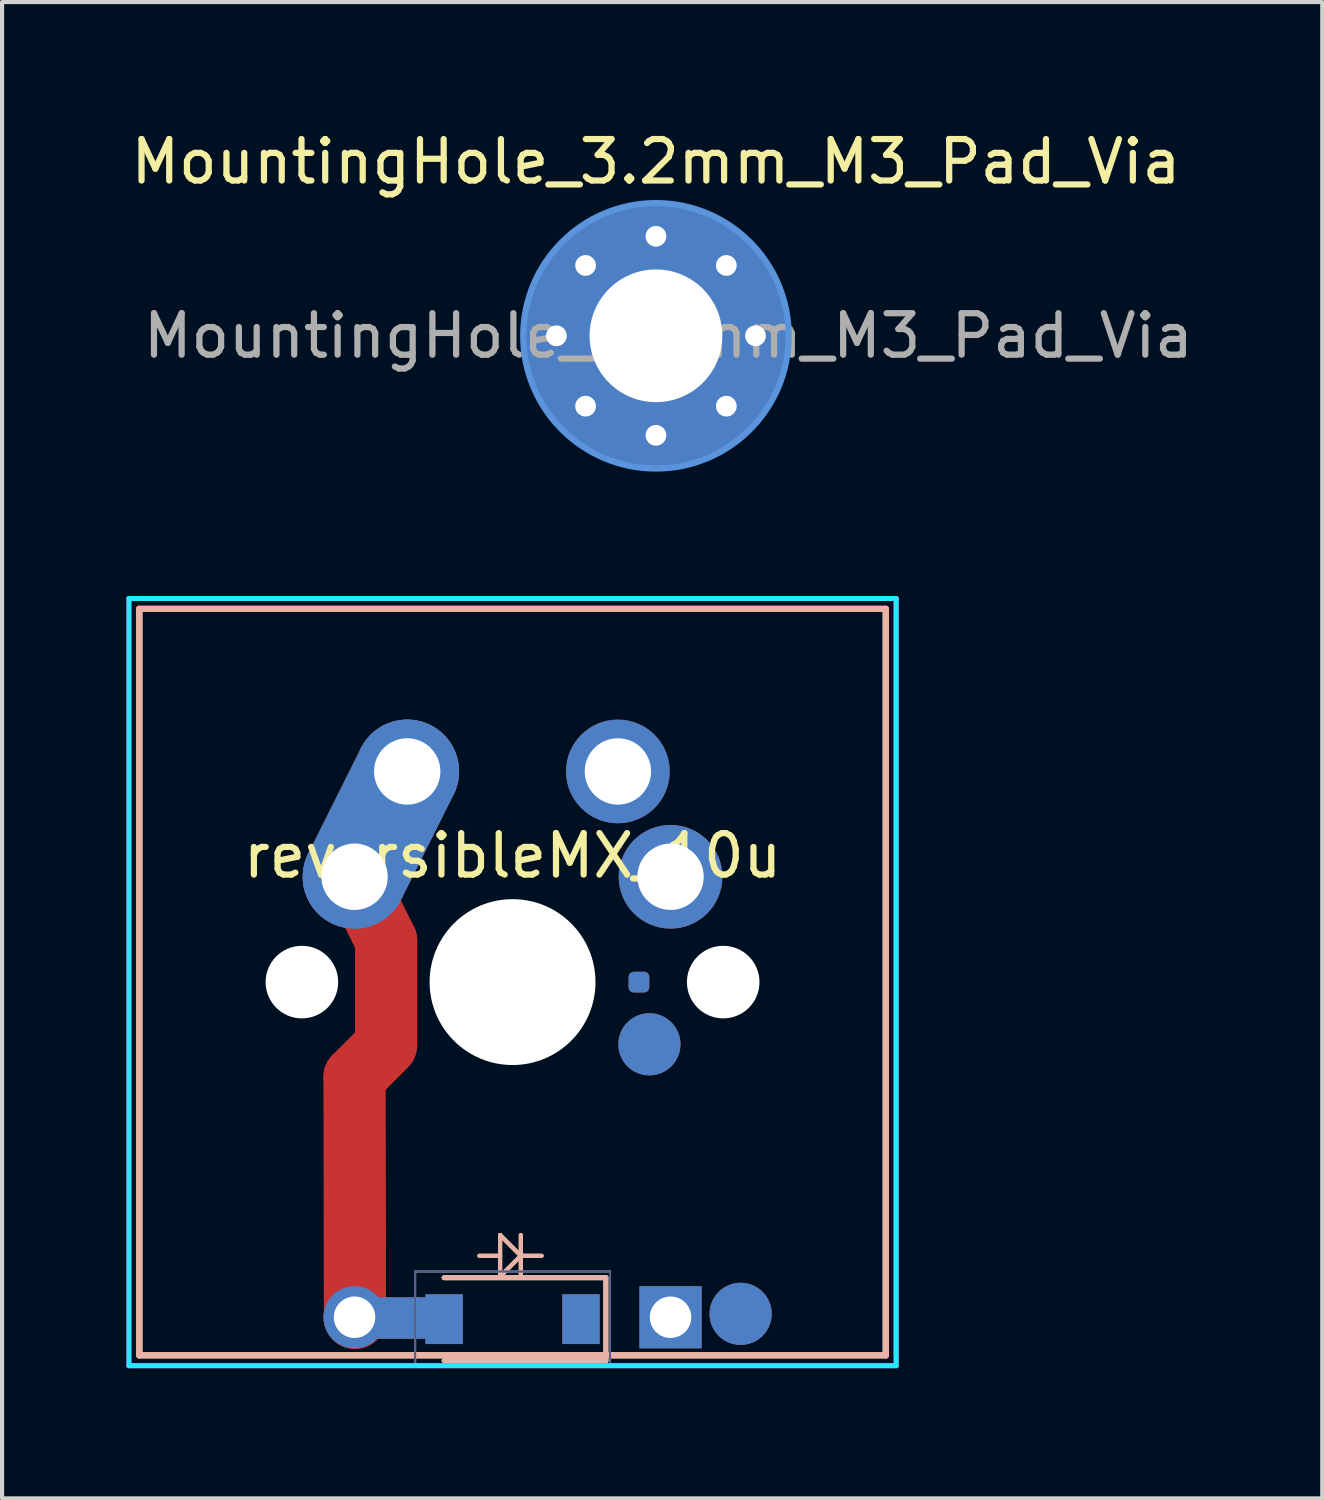
<source format=kicad_pcb>
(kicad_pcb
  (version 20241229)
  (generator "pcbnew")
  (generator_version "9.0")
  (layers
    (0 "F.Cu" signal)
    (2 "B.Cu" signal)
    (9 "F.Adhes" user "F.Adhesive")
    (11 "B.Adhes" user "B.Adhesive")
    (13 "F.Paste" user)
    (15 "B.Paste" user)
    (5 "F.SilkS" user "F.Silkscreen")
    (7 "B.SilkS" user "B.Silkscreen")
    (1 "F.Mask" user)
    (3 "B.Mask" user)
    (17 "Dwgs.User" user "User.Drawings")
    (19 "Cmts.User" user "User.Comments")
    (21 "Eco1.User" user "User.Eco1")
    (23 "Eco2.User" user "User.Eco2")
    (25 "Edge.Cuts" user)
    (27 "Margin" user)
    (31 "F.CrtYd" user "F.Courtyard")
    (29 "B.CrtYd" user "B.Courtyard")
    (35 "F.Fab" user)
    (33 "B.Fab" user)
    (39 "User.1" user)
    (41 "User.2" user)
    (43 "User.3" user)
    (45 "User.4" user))
  (footprint "MountingHole_3.2mm_M3_Pad_Via"
    (layer "F.Cu")
    (at 12.768 5.048)
    (property "Reference" "MountingHole_3.2mm_M3_Pad_Via" (at 0 -4.2 0) (layer "F.SilkS") (effects (font (size 1 1) (thickness 0.15))))
    (attr exclude_from_pos_files exclude_from_bom)
    (fp_circle (center 0 0) (end 3.2 0) (stroke (width 0.15) (type solid)) (fill no) (layer "Cmts.User"))
    (fp_circle (center 0 0) (end 1.55 0) (stroke (width 0.3) (type solid)) (fill no) (layer "Eco2.User"))
    (fp_text user "${REFERENCE}" (at 0.3 0 0) (layer "F.Fab") (effects (font (size 1 1) (thickness 0.15))))
    (pad "1" thru_hole circle (at -2.4 0) (size 0.8 0.8) (drill 0.5) (layers "*.Cu" "*.Mask"))
    (pad "1" thru_hole circle (at -1.697 -1.697) (size 0.8 0.8) (drill 0.5) (layers "*.Cu" "*.Mask"))
    (pad "1" thru_hole circle (at -1.697 1.697) (size 0.8 0.8) (drill 0.5) (layers "*.Cu" "*.Mask"))
    (pad "1" thru_hole circle (at 0 -2.4) (size 0.8 0.8) (drill 0.5) (layers "*.Cu" "*.Mask"))
    (pad "1" thru_hole circle (at 0 0) (size 6.4 6.4) (drill 3.2) (layers "*.Cu" "*.Mask"))
    (pad "1" thru_hole circle (at 0 2.4) (size 0.8 0.8) (drill 0.5) (layers "*.Cu" "*.Mask"))
    (pad "1" thru_hole circle (at 1.697 -1.697) (size 0.8 0.8) (drill 0.5) (layers "*.Cu" "*.Mask"))
    (pad "1" thru_hole circle (at 1.697 1.697) (size 0.8 0.8) (drill 0.5) (layers "*.Cu" "*.Mask"))
    (pad "1" thru_hole circle (at 2.4 0) (size 0.8 0.8) (drill 0.5) (layers "*.Cu" "*.Mask")))
  (footprint "reversibleMX_10u"
    (layer "F.Cu")
    (at 9.31 20.633)
    (property "Reference" "reversibleMX_10u" (at 0 -3.048 0) (layer "F.SilkS") (effects (font (size 1 1) (thickness 0.15))))
    (attr through_hole)
    (fp_line (start -3.81 -2.54) (end -3.048 -1) (stroke (width 1.5) (type solid)) (layer "F.Cu"))
    (fp_line (start -3.8 8.1) (end -3.81 2.286) (stroke (width 1.5) (type solid)) (layer "F.Cu"))
    (fp_line (start -3.8 8.1) (end -1.778 8.1) (stroke (width 1) (type solid)) (layer "F.Cu"))
    (fp_line (start -3.175 1.651) (end -3.81 2.286) (stroke (width 1.5) (type solid)) (layer "F.Cu"))
    (fp_line (start -3.048 -1) (end -3.048 1.524) (stroke (width 1.5) (type solid)) (layer "F.Cu"))
    (fp_line (start -2.54 -5.08) (end -3.81 -2.54) (stroke (width 2.5) (type solid)) (layer "F.Cu"))
    (fp_line (start -3.8 8.1) (end -1.778 8.1) (stroke (width 1) (type solid)) (layer "B.Cu"))
    (fp_line (start -2.54 -5.08) (end -3.81 -2.54) (stroke (width 2.5) (type solid)) (layer "B.Cu"))
    (fp_line (start -9 -9) (end 9 -9) (stroke (width 0.15) (type solid)) (layer "F.SilkS"))
    (fp_line (start -9 9) (end -9 -9) (stroke (width 0.15) (type solid)) (layer "F.SilkS"))
    (fp_line (start -0.3 6.1) (end 0.2 6.6) (stroke (width 0.1) (type solid)) (layer "F.SilkS"))
    (fp_line (start -0.3 6.6) (end -0.8 6.6) (stroke (width 0.1) (type solid)) (layer "F.SilkS"))
    (fp_line (start -0.3 7.1) (end -0.3 6.1) (stroke (width 0.1) (type solid)) (layer "F.SilkS"))
    (fp_line (start 0.2 6.1) (end 0.2 7.1) (stroke (width 0.1) (type solid)) (layer "F.SilkS"))
    (fp_line (start 0.2 6.6) (end -0.3 7.1) (stroke (width 0.1) (type solid)) (layer "F.SilkS"))
    (fp_line (start 0.2 6.6) (end 0.7 6.6) (stroke (width 0.1) (type solid)) (layer "F.SilkS"))
    (fp_line (start 2.25 7.128) (end -1.65 7.128) (stroke (width 0.12) (type solid)) (layer "F.SilkS"))
    (fp_line (start 2.25 9.128) (end -1.65 9.128) (stroke (width 0.12) (type solid)) (layer "F.SilkS"))
    (fp_line (start 2.25 9.128) (end 2.25 7.128) (stroke (width 0.12) (type solid)) (layer "F.SilkS"))
    (fp_line (start 9 -9) (end 9 9) (stroke (width 0.15) (type solid)) (layer "F.SilkS"))
    (fp_line (start 9 9) (end -9 9) (stroke (width 0.15) (type solid)) (layer "F.SilkS"))
    (fp_line (start -9 -9) (end 9 -9) (stroke (width 0.15) (type solid)) (layer "B.SilkS"))
    (fp_line (start -9 9) (end -9 -9) (stroke (width 0.15) (type solid)) (layer "B.SilkS"))
    (fp_line (start -0.3 6.1) (end 0.2 6.6) (stroke (width 0.1) (type solid)) (layer "B.SilkS"))
    (fp_line (start -0.3 6.6) (end -0.8 6.6) (stroke (width 0.1) (type solid)) (layer "B.SilkS"))
    (fp_line (start -0.3 7.1) (end -0.3 6.1) (stroke (width 0.1) (type solid)) (layer "B.SilkS"))
    (fp_line (start 0.2 6.1) (end 0.2 7.1) (stroke (width 0.1) (type solid)) (layer "B.SilkS"))
    (fp_line (start 0.2 6.6) (end -0.3 7.1) (stroke (width 0.1) (type solid)) (layer "B.SilkS"))
    (fp_line (start 0.2 6.6) (end 0.7 6.6) (stroke (width 0.1) (type solid)) (layer "B.SilkS"))
    (fp_line (start 2.25 7.128) (end -1.65 7.128) (stroke (width 0.12) (type solid)) (layer "B.SilkS"))
    (fp_line (start 2.25 9.128) (end -1.65 9.128) (stroke (width 0.12) (type solid)) (layer "B.SilkS"))
    (fp_line (start 2.25 9.128) (end 2.25 7.128) (stroke (width 0.12) (type solid)) (layer "B.SilkS"))
    (fp_line (start 9 -9) (end 9 9) (stroke (width 0.15) (type solid)) (layer "B.SilkS"))
    (fp_line (start 9 9) (end -9 9) (stroke (width 0.15) (type solid)) (layer "B.SilkS"))
    (fp_line (start -8 -6) (end -8 -3) (stroke (width 0.15) (type solid)) (layer "Eco1.User"))
    (fp_line (start -8 -6) (end -7 -6) (stroke (width 0.15) (type solid)) (layer "Eco1.User"))
    (fp_line (start -8 -3) (end -7 -3) (stroke (width 0.15) (type solid)) (layer "Eco1.User"))
    (fp_line (start -8 3) (end -7 3) (stroke (width 0.15) (type solid)) (layer "Eco1.User"))
    (fp_line (start -8 6) (end -8 3) (stroke (width 0.15) (type solid)) (layer "Eco1.User"))
    (fp_line (start -8 6) (end -7 6) (stroke (width 0.15) (type solid)) (layer "Eco1.User"))
    (fp_line (start -7 -7) (end -7 -6) (stroke (width 0.15) (type solid)) (layer "Eco1.User"))
    (fp_line (start -7 -7) (end 7 -7) (stroke (width 0.15) (type solid)) (layer "Eco1.User"))
    (fp_line (start -7 -3) (end -7 3) (stroke (width 0.15) (type solid)) (layer "Eco1.User"))
    (fp_line (start -7 7) (end -7 6) (stroke (width 0.15) (type solid)) (layer "Eco1.User"))
    (fp_line (start 7 -7) (end 7 -6) (stroke (width 0.15) (type solid)) (layer "Eco1.User"))
    (fp_line (start 7 -6) (end 8 -6) (stroke (width 0.15) (type solid)) (layer "Eco1.User"))
    (fp_line (start 7 -3) (end 7 3) (stroke (width 0.15) (type solid)) (layer "Eco1.User"))
    (fp_line (start 7 -3) (end 8 -3) (stroke (width 0.15) (type solid)) (layer "Eco1.User"))
    (fp_line (start 7 3) (end 8 3) (stroke (width 0.15) (type solid)) (layer "Eco1.User"))
    (fp_line (start 7 6) (end 8 6) (stroke (width 0.15) (type solid)) (layer "Eco1.User"))
    (fp_line (start 7 7) (end -7 7) (stroke (width 0.15) (type solid)) (layer "Eco1.User"))
    (fp_line (start 7 7) (end 7 6) (stroke (width 0.15) (type solid)) (layer "Eco1.User"))
    (fp_line (start 8 -6) (end 8 -3) (stroke (width 0.15) (type solid)) (layer "Eco1.User"))
    (fp_line (start 8 6) (end 8 3) (stroke (width 0.15) (type solid)) (layer "Eco1.User"))
    (fp_line (start -6.879 -0.121) (end -6.879 -1) (stroke (width 0.3) (type solid)) (layer "Eco2.User"))
    (fp_line (start -5.121 4.121) (end -5.121 8.3) (stroke (width 0.3) (type solid)) (layer "Eco2.User"))
    (fp_line (start -4.121 9.3) (end 4.121 9.3) (stroke (width 0.3) (type solid)) (layer "Eco2.User"))
    (fp_line (start 0.879 -7) (end -0.879 -7) (stroke (width 0.3) (type solid)) (layer "Eco2.User"))
    (fp_line (start 5.121 8.3) (end 5.121 4.121) (stroke (width 0.3) (type solid)) (layer "Eco2.User"))
    (fp_line (start 6.879 -1) (end 6.879 -0.121) (stroke (width 0.3) (type solid)) (layer "Eco2.User"))
    (fp_arc (start -6.87868 -1) (mid -5.121321 -5.242641) (end -0.87868 -7) (stroke (width 0.3) (type solid)) (layer "Eco2.User"))
    (fp_arc (start -6 2) (mid -6.650318 1.02673) (end -6.87868 -0.12132) (stroke (width 0.3) (type solid)) (layer "Eco2.User"))
    (fp_arc (start -6 2) (mid -5.349682 2.97327) (end -5.12132 4.12132) (stroke (width 0.3) (type solid)) (layer "Eco2.User"))
    (fp_arc (start -4.12132 9.3) (mid -4.828427 9.007107) (end -5.12132 8.3) (stroke (width 0.3) (type solid)) (layer "Eco2.User"))
    (fp_arc (start 0.87868 -7) (mid 5.121321 -5.242641) (end 6.87868 -1) (stroke (width 0.3) (type solid)) (layer "Eco2.User"))
    (fp_arc (start 5.12132 4.12132) (mid 5.349681 2.97327) (end 6 2) (stroke (width 0.3) (type solid)) (layer "Eco2.User"))
    (fp_arc (start 5.12132 8.3) (mid 4.828427 9.007107) (end 4.12132 9.3) (stroke (width 0.3) (type solid)) (layer "Eco2.User"))
    (fp_arc (start 6.87868 -0.12132) (mid 6.650319 1.02673) (end 6 2) (stroke (width 0.3) (type solid)) (layer "Eco2.User"))
    (fp_line (start -9.25 -9.25) (end -9.25 9.25) (stroke (width 0.12) (type solid)) (layer "B.CrtYd"))
    (fp_line (start -9.25 9.25) (end 9.25 9.25) (stroke (width 0.12) (type solid)) (layer "B.CrtYd"))
    (fp_line (start 9.25 -9.25) (end -9.25 -9.25) (stroke (width 0.12) (type solid)) (layer "B.CrtYd"))
    (fp_line (start 9.25 9.25) (end 9.25 -9.25) (stroke (width 0.12) (type solid)) (layer "B.CrtYd"))
    (fp_line (start -9.25 -9.25) (end -9.25 9.25) (stroke (width 0.12) (type solid)) (layer "F.CrtYd"))
    (fp_line (start -9.25 9.25) (end 9.25 9.25) (stroke (width 0.12) (type solid)) (layer "F.CrtYd"))
    (fp_line (start 9.25 -9.25) (end -9.25 -9.25) (stroke (width 0.12) (type solid)) (layer "F.CrtYd"))
    (fp_line (start 9.25 9.25) (end 9.25 -9.25) (stroke (width 0.12) (type solid)) (layer "F.CrtYd"))
    (fp_line (start -2.35 6.978) (end 2.35 6.978) (stroke (width 0.05) (type solid)) (layer "B.Fab"))
    (fp_line (start -2.35 9.278) (end -2.35 6.978) (stroke (width 0.05) (type solid)) (layer "B.Fab"))
    (fp_line (start 2.35 9.278) (end -2.35 9.278) (stroke (width 0.05) (type solid)) (layer "B.Fab"))
    (fp_line (start 2.35 9.278) (end 2.35 6.978) (stroke (width 0.05) (type solid)) (layer "B.Fab"))
    (fp_line (start -2.35 6.978) (end 2.35 6.978) (stroke (width 0.05) (type solid)) (layer "F.Fab"))
    (fp_line (start -2.35 9.278) (end -2.35 6.978) (stroke (width 0.05) (type solid)) (layer "F.Fab"))
    (fp_line (start 2.35 9.278) (end -2.35 9.278) (stroke (width 0.05) (type solid)) (layer "F.Fab"))
    (fp_line (start 2.35 9.278) (end 2.35 6.978) (stroke (width 0.05) (type solid)) (layer "F.Fab"))
    (pad "" np_thru_hole circle (at -5.08 0) (size 1.75 1.75) (drill 1.75) (layers "*.Cu" "*.Mask"))
    (pad "" thru_hole circle (at -3.81 -2.54) (size 2.5 2.5) (drill 1.6) (layers "*.Cu" "*.Mask"))
    (pad "" thru_hole circle (at -3.81 8.082) (size 1.5 1.5) (drill 1) (layers "*.Cu" "*.Mask"))
    (pad "" thru_hole circle (at -2.54 -5.08) (size 2.5 2.5) (drill 1.6) (layers "*.Cu" "*.Mask"))
    (pad "" smd rect (at -1.65 8.128 180) (size 0.9 1.2) (layers "F.Cu" "F.Mask" "F.Paste"))
    (pad "" smd rect (at -1.65 8.128 180) (size 0.9 1.2) (layers "B.Cu" "B.Mask" "B.Paste"))
    (pad "" np_thru_hole circle (at 0 0) (size 4 4) (drill 4) (layers "*.Cu" "*.Mask"))
    (pad "" np_thru_hole circle (at 5.08 0) (size 1.75 1.75) (drill 1.75) (layers "*.Cu" "*.Mask"))
    (pad "1" thru_hole circle (at 2.54 -5.08) (size 2.5 2.5) (drill 1.6) (layers "*.Cu" "*.Mask"))
    (pad "1" smd roundrect (at 3.048 0) (size 0.5 0.5) (layers "F.Cu") (roundrect_rratio 0.25))
    (pad "1" smd roundrect (at 3.048 0) (size 0.5 0.5) (layers "B.Cu") (roundrect_rratio 0.25))
    (pad "1" smd circle (at 3.3 1.5) (size 1.5 1.5) (layers "F.Cu" "F.Mask"))
    (pad "1" smd circle (at 3.3 1.5) (size 1.5 1.5) (layers "B.Cu" "B.Mask"))
    (pad "1" thru_hole circle (at 3.81 -2.54) (size 2.5 2.5) (drill 1.6) (layers "*.Cu" "*.Mask"))
    (pad "2" smd rect (at 1.65 8.128 180) (size 0.9 1.2) (layers "F.Cu" "F.Mask" "F.Paste"))
    (pad "2" smd rect (at 1.65 8.128 180) (size 0.9 1.2) (layers "B.Cu" "B.Mask" "B.Paste"))
    (pad "2" thru_hole rect (at 3.81 8.082) (size 1.5 1.5) (drill 1) (layers "*.Cu" "*.Mask"))
    (pad "2" smd circle (at 5.5 8) (size 1.5 1.5) (layers "F.Cu" "F.Mask"))
    (pad "2" smd circle (at 5.5 8) (size 1.5 1.5) (layers "B.Cu" "B.Mask")))
  (gr_rect
    (start -3 -3)
    (end 28.836 33.083)
    (stroke (width 0.1) (type default))
    (fill no)
    (layer "Edge.Cuts")))
</source>
